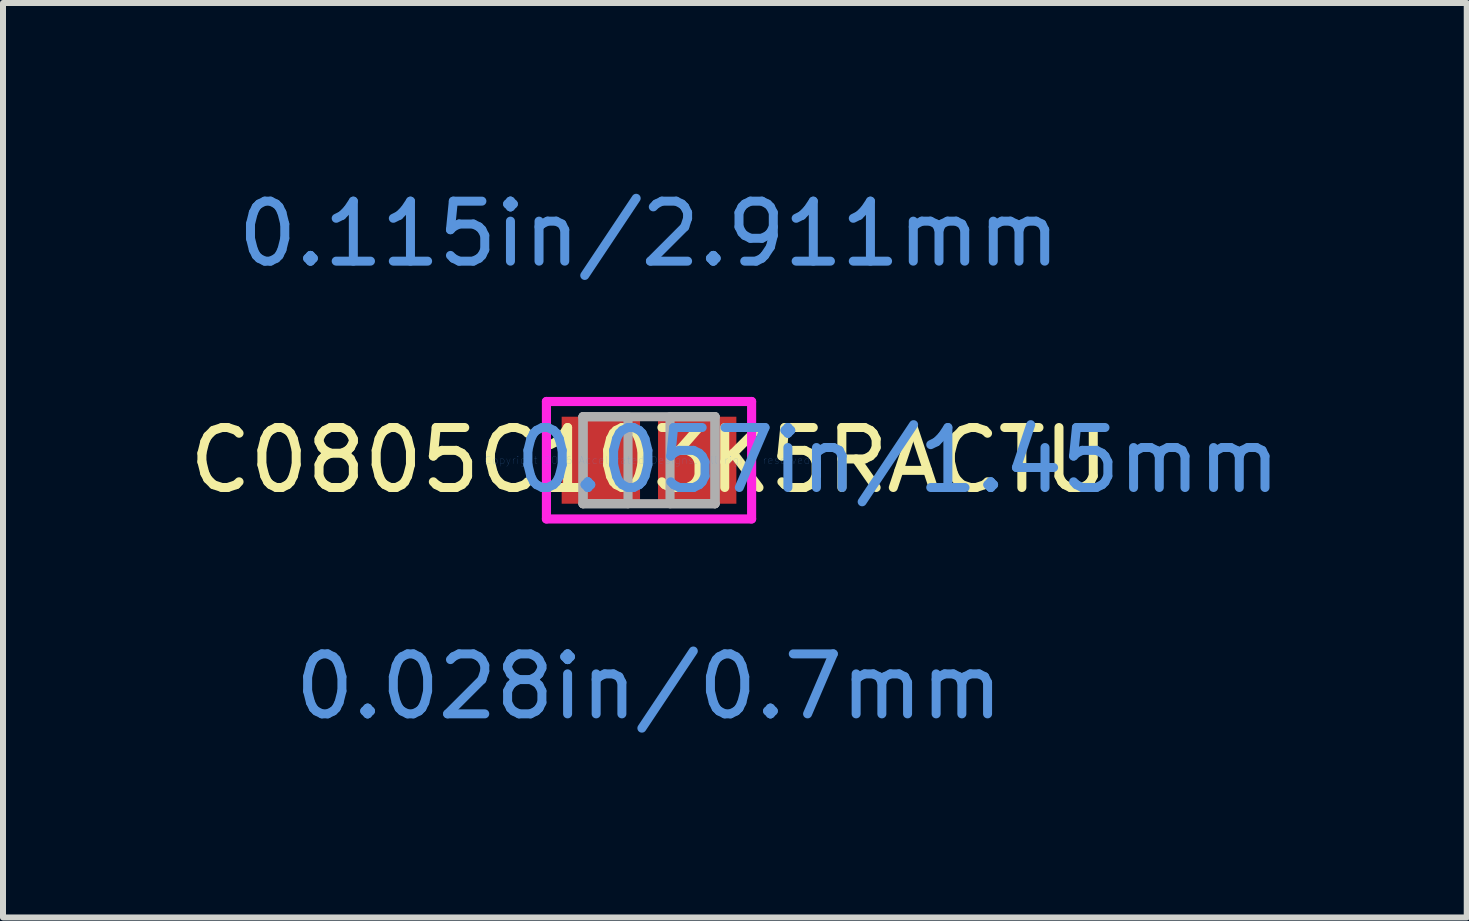
<source format=kicad_pcb>
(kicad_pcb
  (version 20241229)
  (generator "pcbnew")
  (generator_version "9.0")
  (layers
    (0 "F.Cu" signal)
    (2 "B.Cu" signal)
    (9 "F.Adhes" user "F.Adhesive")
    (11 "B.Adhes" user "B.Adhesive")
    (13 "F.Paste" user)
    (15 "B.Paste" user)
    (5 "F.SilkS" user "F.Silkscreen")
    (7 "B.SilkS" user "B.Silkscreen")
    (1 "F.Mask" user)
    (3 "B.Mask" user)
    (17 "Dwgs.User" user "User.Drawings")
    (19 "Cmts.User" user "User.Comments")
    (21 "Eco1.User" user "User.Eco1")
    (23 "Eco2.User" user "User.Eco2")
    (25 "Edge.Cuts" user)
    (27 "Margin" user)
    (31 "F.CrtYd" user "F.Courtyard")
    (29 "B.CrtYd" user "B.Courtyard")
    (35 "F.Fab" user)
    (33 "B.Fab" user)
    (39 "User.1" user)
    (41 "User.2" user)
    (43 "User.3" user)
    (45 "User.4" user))
  (footprint "C0805C103K5RACTU"
    (layer "F.Cu")
    (at 7.768 4.621)
    (property "Reference" "C0805C103K5RACTU" (at 0 0 0) (layer "F.SilkS") (effects (font (size 1 1) (thickness 0.15))))
    (attr through_hole)
    (fp_line (start -1.71 -0.979) (end 1.71 -0.979) (stroke (width 0.152) (type solid)) (layer "F.CrtYd"))
    (fp_line (start -1.71 0.979) (end -1.71 -0.979) (stroke (width 0.152) (type solid)) (layer "F.CrtYd"))
    (fp_line (start 1.71 -0.979) (end 1.71 0.979) (stroke (width 0.152) (type solid)) (layer "F.CrtYd"))
    (fp_line (start 1.71 0.979) (end -1.71 0.979) (stroke (width 0.152) (type solid)) (layer "F.CrtYd"))
    (fp_line (start -1.1 -0.725) (end -1.1 0.725) (stroke (width 0.152) (type solid)) (layer "F.Fab"))
    (fp_line (start -1.1 -0.725) (end -1.1 0.725) (stroke (width 0.152) (type solid)) (layer "F.Fab"))
    (fp_line (start -1.1 0.725) (end -0.35 0.725) (stroke (width 0.152) (type solid)) (layer "F.Fab"))
    (fp_line (start -1.1 0.725) (end 1.1 0.725) (stroke (width 0.152) (type solid)) (layer "F.Fab"))
    (fp_line (start -0.35 -0.725) (end -1.1 -0.725) (stroke (width 0.152) (type solid)) (layer "F.Fab"))
    (fp_line (start -0.35 0.725) (end -0.35 -0.725) (stroke (width 0.152) (type solid)) (layer "F.Fab"))
    (fp_line (start 0.35 -0.725) (end 0.35 0.725) (stroke (width 0.152) (type solid)) (layer "F.Fab"))
    (fp_line (start 0.35 0.725) (end 1.1 0.725) (stroke (width 0.152) (type solid)) (layer "F.Fab"))
    (fp_line (start 1.1 -0.725) (end -1.1 -0.725) (stroke (width 0.152) (type solid)) (layer "F.Fab"))
    (fp_line (start 1.1 -0.725) (end 0.35 -0.725) (stroke (width 0.152) (type solid)) (layer "F.Fab"))
    (fp_line (start 1.1 0.725) (end 1.1 -0.725) (stroke (width 0.152) (type solid)) (layer "F.Fab"))
    (fp_line (start 1.1 0.725) (end 1.1 -0.725) (stroke (width 0.152) (type solid)) (layer "F.Fab"))
    (fp_text user "0.028in/0.7mm" (at 0 3.773 0) (layer "Cmts.User") (effects (font (size 1 1) (thickness 0.15))))
    (fp_text user "0.115in/2.911mm" (at 0 -3.773 0) (layer "Cmts.User") (effects (font (size 1 1) (thickness 0.15))))
    (fp_text user "0.057in/1.45mm" (at 4.148 0 0) (layer "Cmts.User") (effects (font (size 1 1) (thickness 0.15))))
    (fp_text user "Copyright 2016 Accelerated Designs. All rights reserved." (at 0 0 0) (layer "Cmts.User") (effects (font (size 0.127 0.127) (thickness 0.002))))
    (pad "1" smd rect (at -0.803 0) (size 1.306 1.45) (layers "F.Cu" "F.Mask" "F.Paste"))
    (pad "2" smd rect (at 0.803 0) (size 1.306 1.45) (layers "F.Cu" "F.Mask" "F.Paste")))
  (gr_rect
    (start -3 -3)
    (end 21.398 12.242)
    (stroke (width 0.1) (type default))
    (fill no)
    (layer "Edge.Cuts")))
</source>
